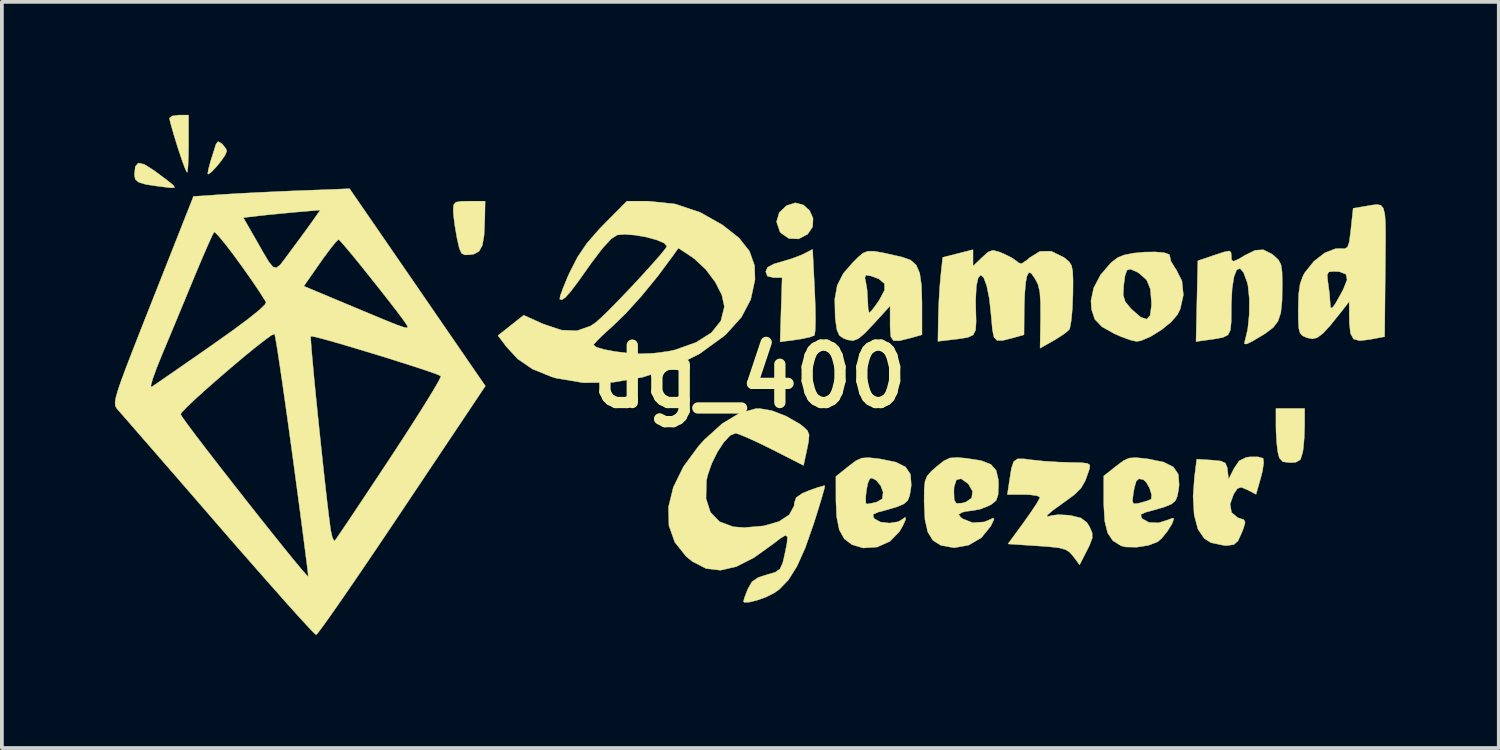
<source format=kicad_pcb>
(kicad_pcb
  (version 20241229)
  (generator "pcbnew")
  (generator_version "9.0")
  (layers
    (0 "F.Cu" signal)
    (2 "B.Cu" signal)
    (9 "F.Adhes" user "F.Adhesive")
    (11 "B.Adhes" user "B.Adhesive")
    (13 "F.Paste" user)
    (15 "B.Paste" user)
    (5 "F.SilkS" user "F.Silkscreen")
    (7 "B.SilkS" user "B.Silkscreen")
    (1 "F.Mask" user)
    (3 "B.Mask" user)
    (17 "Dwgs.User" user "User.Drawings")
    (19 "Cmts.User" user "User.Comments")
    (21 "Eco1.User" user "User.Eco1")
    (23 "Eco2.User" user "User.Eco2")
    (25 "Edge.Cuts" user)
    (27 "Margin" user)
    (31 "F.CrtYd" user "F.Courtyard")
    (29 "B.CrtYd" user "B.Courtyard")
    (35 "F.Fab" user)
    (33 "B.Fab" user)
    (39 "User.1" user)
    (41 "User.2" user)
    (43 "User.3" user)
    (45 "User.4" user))
  (footprint "dg_400"
    (layer "F.Cu")
    (at 16.858 6.948)
    (property "Reference" "dg_400" (at 0 0 0) (layer "F.SilkS") (effects (font (size 1.524 1.524) (thickness 0.3))))
    (attr through_hole)
    (fp_poly (pts (xy 1.422 -4.557) (xy 1.589 -4.406) (xy 1.68 -4.2) (xy 1.668 -3.974) (xy 1.538 -3.781) (xy 1.295 -3.654) (xy 1.038 -3.666) (xy 0.827 -3.811) (xy 0.799 -3.848) (xy 0.71 -4.111) (xy 0.784 -4.357) (xy 0.974 -4.538) (xy 1.208 -4.613) (xy 1.422 -4.557)) (stroke (width 0.01) (type solid)) (fill yes) (layer "F.SilkS"))
    (fp_poly (pts (xy 14.732 1.302) (xy 14.722 1.619) (xy 14.696 1.912) (xy 14.679 2.021) (xy 14.619 2.206) (xy 14.498 2.277) (xy 14.351 2.286) (xy 14.154 2.263) (xy 14.06 2.161) (xy 14.023 2.021) (xy 13.992 1.779) (xy 13.973 1.462) (xy 13.97 1.302) (xy 13.97 0.847) (xy 14.732 0.847) (xy 14.732 1.302)) (stroke (width 0.01) (type solid)) (fill yes) (layer "F.SilkS"))
    (fp_poly (pts (xy -16.081 -5.636) (xy -15.831 -5.48) (xy -15.753 -5.423) (xy -15.463 -5.207) (xy -15.304 -5.078) (xy -15.272 -5.019) (xy -15.366 -5.011) (xy -15.583 -5.037) (xy -15.706 -5.052) (xy -16.034 -5.101) (xy -16.226 -5.158) (xy -16.317 -5.237) (xy -16.339 -5.356) (xy -16.339 -5.357) (xy -16.316 -5.577) (xy -16.236 -5.67) (xy -16.081 -5.636)) (stroke (width 0.01) (type solid)) (fill yes) (layer "F.SilkS"))
    (fp_poly (pts (xy -14.011 -6.18) (xy -13.907 -6.047) (xy -13.889 -5.98) (xy -13.934 -5.874) (xy -14.041 -5.719) (xy -14.174 -5.557) (xy -14.299 -5.427) (xy -14.38 -5.372) (xy -14.393 -5.388) (xy -14.369 -5.524) (xy -14.31 -5.738) (xy -14.301 -5.766) (xy -14.229 -5.993) (xy -14.176 -6.16) (xy -14.173 -6.169) (xy -14.118 -6.241) (xy -14.011 -6.18)) (stroke (width 0.01) (type solid)) (fill yes) (layer "F.SilkS"))
    (fp_poly (pts (xy -14.901 -6.181) (xy -14.905 -5.845) (xy -14.916 -5.585) (xy -14.931 -5.438) (xy -14.94 -5.419) (xy -14.981 -5.493) (xy -15.058 -5.693) (xy -15.155 -5.98) (xy -15.194 -6.1) (xy -15.293 -6.422) (xy -15.368 -6.683) (xy -15.406 -6.84) (xy -15.409 -6.862) (xy -15.336 -6.919) (xy -15.158 -6.943) (xy -15.155 -6.943) (xy -14.901 -6.943) (xy -14.901 -6.181)) (stroke (width 0.01) (type solid)) (fill yes) (layer "F.SilkS"))
    (fp_poly (pts (xy -7.036 -4.17) (xy -7.054 -3.759) (xy -7.1 -3.487) (xy -7.186 -3.328) (xy -7.323 -3.251) (xy -7.42 -3.234) (xy -7.567 -3.229) (xy -7.655 -3.274) (xy -7.714 -3.408) (xy -7.772 -3.669) (xy -7.777 -3.693) (xy -7.831 -4.006) (xy -7.867 -4.288) (xy -7.874 -4.417) (xy -7.864 -4.559) (xy -7.803 -4.63) (xy -7.649 -4.654) (xy -7.451 -4.657) (xy -7.027 -4.657) (xy -7.036 -4.17)) (stroke (width 0.01) (type solid)) (fill yes) (layer "F.SilkS"))
    (fp_poly (pts (xy 1.724 -2.266) (xy 1.74 -1.848) (xy 1.745 -1.492) (xy 1.738 -1.232) (xy 1.72 -1.101) (xy 1.716 -1.093) (xy 1.6 -1.048) (xy 1.377 -1) (xy 1.228 -0.977) (xy 0.804 -0.921) (xy 0.858 -2.625) (xy 0.641 -2.625) (xy 0.47 -2.664) (xy 0.423 -2.784) (xy 0.472 -2.9) (xy 0.639 -2.99) (xy 0.817 -3.042) (xy 1.109 -3.129) (xy 1.371 -3.228) (xy 1.439 -3.26) (xy 1.668 -3.378) (xy 1.724 -2.266)) (stroke (width 0.01) (type solid)) (fill yes) (layer "F.SilkS"))
    (fp_poly (pts (xy 13.494 2.132) (xy 13.626 2.169) (xy 13.631 2.174) (xy 13.645 2.288) (xy 13.613 2.507) (xy 13.568 2.685) (xy 13.442 3.127) (xy 13.213 3.008) (xy 13.047 2.939) (xy 12.946 2.976) (xy 12.846 3.123) (xy 12.753 3.388) (xy 12.791 3.608) (xy 12.953 3.746) (xy 12.998 3.76) (xy 13.117 3.8) (xy 13.152 3.869) (xy 13.112 4.018) (xy 13.061 4.149) (xy 12.963 4.363) (xy 12.853 4.461) (xy 12.672 4.487) (xy 12.607 4.487) (xy 12.245 4.412) (xy 12.065 4.297) (xy 11.898 4.05) (xy 11.798 3.669) (xy 11.77 3.178) (xy 11.807 2.672) (xy 11.867 2.193) (xy 12.262 2.218) (xy 12.505 2.243) (xy 12.626 2.297) (xy 12.675 2.41) (xy 12.685 2.485) (xy 12.713 2.727) (xy 12.855 2.443) (xy 12.994 2.237) (xy 13.179 2.147) (xy 13.282 2.132) (xy 13.494 2.132)) (stroke (width 0.01) (type solid)) (fill yes) (layer "F.SilkS"))
    (fp_poly (pts (xy 13.855 -3.258) (xy 13.916 -3.211) (xy 14.036 -3.1) (xy 14.104 -2.971) (xy 14.133 -2.774) (xy 14.139 -2.46) (xy 14.132 -2.012) (xy 14.099 -1.695) (xy 14.026 -1.472) (xy 13.899 -1.304) (xy 13.704 -1.155) (xy 13.62 -1.102) (xy 13.347 -0.939) (xy 13.192 -0.864) (xy 13.133 -0.871) (xy 13.146 -0.952) (xy 13.152 -0.968) (xy 13.222 -1.263) (xy 13.261 -1.65) (xy 13.264 -2.055) (xy 13.229 -2.404) (xy 13.208 -2.498) (xy 13.109 -2.765) (xy 13.014 -2.873) (xy 12.927 -2.831) (xy 12.856 -2.649) (xy 12.807 -2.338) (xy 12.785 -1.906) (xy 12.785 -1.823) (xy 12.783 -1.462) (xy 12.761 -1.235) (xy 12.696 -1.105) (xy 12.561 -1.038) (xy 12.335 -0.997) (xy 12.211 -0.979) (xy 11.848 -0.929) (xy 11.896 -3.074) (xy 12.34 -3.225) (xy 12.593 -3.308) (xy 12.726 -3.335) (xy 12.776 -3.303) (xy 12.785 -3.212) (xy 12.794 -3.092) (xy 12.848 -3.061) (xy 12.981 -3.121) (xy 13.142 -3.217) (xy 13.418 -3.353) (xy 13.635 -3.367) (xy 13.855 -3.258)) (stroke (width 0.01) (type solid)) (fill yes) (layer "F.SilkS"))
    (fp_poly (pts (xy 7.288 2.186) (xy 7.475 2.211) (xy 7.806 2.246) (xy 8.205 2.271) (xy 8.494 2.28) (xy 8.797 2.286) (xy 8.964 2.305) (xy 9.029 2.35) (xy 9.024 2.432) (xy 9.011 2.477) (xy 8.91 2.763) (xy 8.793 2.965) (xy 8.615 3.14) (xy 8.35 3.334) (xy 8.058 3.543) (xy 7.904 3.674) (xy 7.89 3.723) (xy 8.016 3.689) (xy 8.185 3.667) (xy 8.436 3.679) (xy 8.527 3.69) (xy 8.791 3.755) (xy 8.95 3.875) (xy 9.022 3.989) (xy 9.09 4.148) (xy 9.093 4.288) (xy 9.023 4.475) (xy 8.953 4.616) (xy 8.757 5) (xy 8.588 4.773) (xy 8.494 4.665) (xy 8.382 4.594) (xy 8.213 4.549) (xy 7.945 4.518) (xy 7.636 4.496) (xy 6.854 4.445) (xy 7.28 3.863) (xy 7.473 3.589) (xy 7.621 3.366) (xy 7.698 3.228) (xy 7.705 3.206) (xy 7.628 3.165) (xy 7.433 3.138) (xy 7.272 3.133) (xy 6.839 3.133) (xy 6.898 2.741) (xy 6.948 2.431) (xy 7.007 2.257) (xy 7.109 2.185) (xy 7.288 2.186)) (stroke (width 0.01) (type solid)) (fill yes) (layer "F.SilkS"))
    (fp_poly (pts (xy 11.001 -3.289) (xy 11.137 -3.242) (xy 11.153 -3.196) (xy 11.179 -3.067) (xy 11.289 -2.885) (xy 11.316 -2.851) (xy 11.474 -2.539) (xy 11.512 -2.165) (xy 11.428 -1.79) (xy 11.355 -1.643) (xy 11.182 -1.444) (xy 10.927 -1.238) (xy 10.643 -1.062) (xy 10.387 -0.952) (xy 10.272 -0.932) (xy 10.112 -0.967) (xy 9.866 -1.056) (xy 9.68 -1.137) (xy 9.351 -1.321) (xy 9.159 -1.522) (xy 9.073 -1.784) (xy 9.059 -2.014) (xy 9.091 -2.165) (xy 9.915 -2.165) (xy 9.967 -1.99) (xy 10.113 -1.812) (xy 10.143 -1.782) (xy 10.378 -1.578) (xy 10.537 -1.523) (xy 10.629 -1.621) (xy 10.664 -1.875) (xy 10.665 -1.968) (xy 10.636 -2.324) (xy 10.536 -2.565) (xy 10.342 -2.739) (xy 10.259 -2.787) (xy 10.107 -2.852) (xy 10.017 -2.826) (xy 9.964 -2.683) (xy 9.928 -2.421) (xy 9.915 -2.165) (xy 9.091 -2.165) (xy 9.13 -2.351) (xy 9.317 -2.705) (xy 9.587 -3.018) (xy 9.764 -3.157) (xy 9.941 -3.228) (xy 10.197 -3.278) (xy 10.487 -3.305) (xy 10.77 -3.309) (xy 11.001 -3.289)) (stroke (width 0.01) (type solid)) (fill yes) (layer "F.SilkS"))
    (fp_poly (pts (xy 3.535 -3.287) (xy 3.892 -3.207) (xy 4.045 -3.172) (xy 4.267 -3.094) (xy 4.419 -2.961) (xy 4.512 -2.745) (xy 4.559 -2.417) (xy 4.572 -1.951) (xy 4.572 -1.109) (xy 4.255 -1.02) (xy 3.971 -0.95) (xy 3.812 -0.955) (xy 3.743 -1.062) (xy 3.726 -1.298) (xy 3.725 -1.404) (xy 3.725 -1.876) (xy 3.294 -1.404) (xy 3.053 -1.149) (xy 2.883 -1.006) (xy 2.744 -0.953) (xy 2.598 -0.974) (xy 2.488 -1.015) (xy 2.379 -1.09) (xy 2.314 -1.236) (xy 2.275 -1.498) (xy 2.267 -1.577) (xy 2.256 -2.053) (xy 2.322 -2.423) (xy 2.423 -2.62) (xy 3.056 -2.62) (xy 3.077 -2.528) (xy 3.114 -2.306) (xy 3.131 -2.033) (xy 3.132 -2.011) (xy 3.142 -1.807) (xy 3.166 -1.698) (xy 3.174 -1.693) (xy 3.24 -1.758) (xy 3.363 -1.921) (xy 3.442 -2.036) (xy 3.578 -2.293) (xy 3.575 -2.469) (xy 3.423 -2.595) (xy 3.226 -2.668) (xy 3.082 -2.694) (xy 3.056 -2.62) (xy 2.423 -2.62) (xy 2.482 -2.737) (xy 2.725 -3.017) (xy 2.883 -3.175) (xy 3.006 -3.277) (xy 3.13 -3.327) (xy 3.294 -3.329) (xy 3.535 -3.287)) (stroke (width 0.01) (type solid)) (fill yes) (layer "F.SilkS"))
    (fp_poly (pts (xy 3.423 2.182) (xy 3.471 2.189) (xy 3.878 2.272) (xy 4.137 2.402) (xy 4.267 2.598) (xy 4.287 2.878) (xy 4.275 2.983) (xy 4.243 3.167) (xy 4.192 3.292) (xy 4.091 3.382) (xy 3.906 3.46) (xy 3.607 3.548) (xy 3.403 3.602) (xy 3.272 3.661) (xy 3.287 3.748) (xy 3.308 3.775) (xy 3.472 3.864) (xy 3.711 3.891) (xy 3.94 3.855) (xy 4.047 3.793) (xy 4.133 3.733) (xy 4.137 3.796) (xy 4.064 3.96) (xy 3.974 4.115) (xy 3.721 4.376) (xy 3.381 4.527) (xy 3.01 4.552) (xy 2.711 4.463) (xy 2.508 4.308) (xy 2.376 4.071) (xy 2.306 3.722) (xy 2.287 3.295) (xy 2.287 3.211) (xy 3.076 3.211) (xy 3.081 3.354) (xy 3.102 3.386) (xy 3.235 3.364) (xy 3.37 3.332) (xy 3.517 3.247) (xy 3.54 3.073) (xy 3.539 3.067) (xy 3.477 2.899) (xy 3.361 2.758) (xy 3.241 2.694) (xy 3.187 2.712) (xy 3.137 2.824) (xy 3.098 3.013) (xy 3.076 3.211) (xy 2.287 3.211) (xy 2.286 2.653) (xy 2.619 2.385) (xy 2.812 2.239) (xy 2.967 2.166) (xy 3.149 2.152) (xy 3.423 2.182)) (stroke (width 0.01) (type solid)) (fill yes) (layer "F.SilkS"))
    (fp_poly (pts (xy 5.749 2.17) (xy 6.145 2.232) (xy 6.401 2.332) (xy 6.542 2.492) (xy 6.599 2.736) (xy 6.604 2.878) (xy 6.593 3.138) (xy 6.543 3.288) (xy 6.426 3.388) (xy 6.354 3.427) (xy 6.128 3.518) (xy 5.938 3.556) (xy 5.723 3.583) (xy 5.635 3.608) (xy 5.547 3.66) (xy 5.595 3.732) (xy 5.649 3.775) (xy 5.916 3.881) (xy 6.223 3.86) (xy 6.361 3.804) (xy 6.469 3.754) (xy 6.484 3.789) (xy 6.413 3.94) (xy 6.396 3.973) (xy 6.149 4.279) (xy 5.81 4.477) (xy 5.425 4.546) (xy 5.072 4.482) (xy 4.863 4.35) (xy 4.726 4.13) (xy 4.651 3.797) (xy 4.628 3.329) (xy 4.631 3.048) (xy 5.419 3.048) (xy 5.428 3.275) (xy 5.483 3.367) (xy 5.623 3.362) (xy 5.736 3.333) (xy 5.891 3.225) (xy 5.916 3.05) (xy 5.805 2.854) (xy 5.794 2.842) (xy 5.611 2.713) (xy 5.487 2.742) (xy 5.425 2.926) (xy 5.419 3.048) (xy 4.631 3.048) (xy 4.631 2.998) (xy 4.652 2.786) (xy 4.708 2.643) (xy 4.817 2.517) (xy 4.952 2.398) (xy 5.151 2.238) (xy 5.314 2.162) (xy 5.513 2.149) (xy 5.749 2.17)) (stroke (width 0.01) (type solid)) (fill yes) (layer "F.SilkS"))
    (fp_poly (pts (xy 10.534 2.182) (xy 10.58 2.188) (xy 10.987 2.271) (xy 11.247 2.401) (xy 11.378 2.595) (xy 11.4 2.874) (xy 11.387 2.983) (xy 11.355 3.167) (xy 11.304 3.292) (xy 11.203 3.382) (xy 11.018 3.46) (xy 10.719 3.548) (xy 10.515 3.602) (xy 10.384 3.661) (xy 10.399 3.748) (xy 10.42 3.775) (xy 10.6 3.874) (xy 10.853 3.884) (xy 11.097 3.807) (xy 11.225 3.759) (xy 11.261 3.773) (xy 11.209 3.915) (xy 11.085 4.112) (xy 10.936 4.295) (xy 10.831 4.387) (xy 10.585 4.482) (xy 10.273 4.531) (xy 9.98 4.525) (xy 9.852 4.492) (xy 9.64 4.358) (xy 9.501 4.152) (xy 9.425 3.843) (xy 9.398 3.403) (xy 9.398 3.333) (xy 9.398 3.298) (xy 10.159 3.298) (xy 10.189 3.377) (xy 10.308 3.368) (xy 10.38 3.35) (xy 10.564 3.296) (xy 10.657 3.257) (xy 10.67 3.143) (xy 10.617 2.967) (xy 10.526 2.805) (xy 10.45 2.738) (xy 10.332 2.714) (xy 10.26 2.778) (xy 10.208 2.964) (xy 10.186 3.092) (xy 10.159 3.298) (xy 9.398 3.298) (xy 9.398 2.639) (xy 9.728 2.378) (xy 9.919 2.235) (xy 10.074 2.165) (xy 10.257 2.152) (xy 10.534 2.182)) (stroke (width 0.01) (type solid)) (fill yes) (layer "F.SilkS"))
    (fp_poly (pts (xy 16.756 -4.547) (xy 16.822 -4.468) (xy 16.861 -4.311) (xy 16.879 -4.057) (xy 16.882 -3.686) (xy 16.877 -3.176) (xy 16.873 -2.815) (xy 16.856 -1.058) (xy 16.462 -0.984) (xy 16.195 -0.951) (xy 16.033 -0.996) (xy 15.949 -1.144) (xy 15.92 -1.423) (xy 15.918 -1.566) (xy 15.915 -1.99) (xy 15.684 -1.694) (xy 15.416 -1.361) (xy 15.22 -1.147) (xy 15.07 -1.034) (xy 14.939 -1) (xy 14.803 -1.028) (xy 14.796 -1.031) (xy 14.68 -1.08) (xy 14.611 -1.151) (xy 14.576 -1.283) (xy 14.564 -1.514) (xy 14.563 -1.796) (xy 14.573 -2.185) (xy 14.611 -2.458) (xy 14.685 -2.666) (xy 14.703 -2.7) (xy 15.331 -2.7) (xy 15.35 -2.51) (xy 15.355 -2.477) (xy 15.391 -2.203) (xy 15.409 -1.964) (xy 15.41 -1.947) (xy 15.421 -1.832) (xy 15.461 -1.821) (xy 15.543 -1.928) (xy 15.679 -2.168) (xy 15.759 -2.319) (xy 15.859 -2.568) (xy 15.83 -2.716) (xy 15.661 -2.783) (xy 15.504 -2.793) (xy 15.375 -2.778) (xy 15.331 -2.7) (xy 14.703 -2.7) (xy 14.738 -2.761) (xy 14.98 -3.063) (xy 15.266 -3.284) (xy 15.551 -3.395) (xy 15.674 -3.399) (xy 15.798 -3.395) (xy 15.872 -3.44) (xy 15.916 -3.57) (xy 15.95 -3.822) (xy 15.961 -3.922) (xy 16.02 -4.468) (xy 16.328 -4.519) (xy 16.515 -4.552) (xy 16.656 -4.568) (xy 16.756 -4.547)) (stroke (width 0.01) (type solid)) (fill yes) (layer "F.SilkS"))
    (fp_poly (pts (xy 5.927 -2.932) (xy 6.17 -3.165) (xy 6.332 -3.309) (xy 6.457 -3.353) (xy 6.621 -3.31) (xy 6.739 -3.262) (xy 6.958 -3.153) (xy 7.106 -3.049) (xy 7.126 -3.025) (xy 7.213 -2.996) (xy 7.371 -3.101) (xy 7.431 -3.156) (xy 7.704 -3.325) (xy 8.004 -3.328) (xy 8.334 -3.167) (xy 8.385 -3.13) (xy 8.481 -3.046) (xy 8.542 -2.949) (xy 8.573 -2.799) (xy 8.583 -2.559) (xy 8.58 -2.191) (xy 8.579 -2.159) (xy 8.564 -1.796) (xy 8.536 -1.493) (xy 8.5 -1.292) (xy 8.478 -1.242) (xy 8.355 -1.138) (xy 8.145 -1.001) (xy 8.049 -0.945) (xy 7.707 -0.752) (xy 7.72 -1.555) (xy 7.719 -1.964) (xy 7.7 -2.246) (xy 7.654 -2.442) (xy 7.578 -2.593) (xy 7.578 -2.594) (xy 7.47 -2.745) (xy 7.41 -2.764) (xy 7.358 -2.664) (xy 7.327 -2.503) (xy 7.302 -2.227) (xy 7.288 -1.887) (xy 7.287 -1.803) (xy 7.281 -1.109) (xy 6.964 -1.02) (xy 6.719 -0.958) (xy 6.568 -0.957) (xy 6.484 -1.044) (xy 6.441 -1.245) (xy 6.412 -1.587) (xy 6.361 -2.063) (xy 6.291 -2.409) (xy 6.212 -2.622) (xy 6.133 -2.696) (xy 6.065 -2.625) (xy 6.016 -2.403) (xy 5.997 -2.025) (xy 6 -1.82) (xy 6.01 -1.459) (xy 5.995 -1.232) (xy 5.929 -1.103) (xy 5.787 -1.038) (xy 5.543 -1) (xy 5.397 -0.982) (xy 4.995 -0.935) (xy 5.005 -1.547) (xy 5.018 -1.949) (xy 5.043 -2.372) (xy 5.068 -2.662) (xy 5.122 -3.165) (xy 5.927 -3.369) (xy 5.927 -2.932)) (stroke (width 0.01) (type solid)) (fill yes) (layer "F.SilkS"))
    (fp_poly (pts (xy 0.586 0.905) (xy 0.963 1.05) (xy 1.32 1.255) (xy 1.421 1.331) (xy 1.532 1.435) (xy 1.575 1.549) (xy 1.56 1.729) (xy 1.521 1.924) (xy 1.427 2.361) (xy 0.608 1.943) (xy 0.256 1.77) (xy -0.054 1.627) (xy -0.283 1.533) (xy -0.378 1.504) (xy -0.519 1.562) (xy -0.688 1.742) (xy -0.861 2.006) (xy -1.013 2.314) (xy -1.121 2.628) (xy -1.15 2.769) (xy -1.162 3.239) (xy -1.045 3.602) (xy -0.803 3.853) (xy -0.441 3.988) (xy -0.141 4.01) (xy 0.376 3.964) (xy 0.777 3.848) (xy 1.049 3.668) (xy 1.177 3.433) (xy 1.185 3.346) (xy 1.231 3.215) (xy 1.391 3.102) (xy 1.58 3.023) (xy 1.809 2.943) (xy 1.961 2.901) (xy 1.994 2.899) (xy 1.977 2.983) (xy 1.917 3.197) (xy 1.823 3.508) (xy 1.704 3.886) (xy 1.693 3.919) (xy 1.471 4.552) (xy 1.253 5.038) (xy 1.028 5.397) (xy 0.783 5.651) (xy 0.644 5.749) (xy 0.435 5.853) (xy 0.2 5.938) (xy -0.01 5.99) (xy -0.145 5.996) (xy -0.169 5.973) (xy -0.14 5.867) (xy -0.066 5.675) (xy -0.052 5.64) (xy 0.059 5.448) (xy 0.227 5.333) (xy 0.449 5.262) (xy 0.676 5.196) (xy 0.802 5.109) (xy 0.874 4.95) (xy 0.924 4.738) (xy 0.988 4.421) (xy 0.999 4.252) (xy 0.945 4.216) (xy 0.812 4.295) (xy 0.656 4.417) (xy 0.117 4.805) (xy -0.356 5.046) (xy -0.777 5.143) (xy -1.162 5.097) (xy -1.524 4.911) (xy -1.691 4.776) (xy -1.991 4.399) (xy -2.147 3.957) (xy -2.159 3.464) (xy -2.03 2.938) (xy -1.763 2.394) (xy -1.361 1.848) (xy -1.207 1.678) (xy -0.734 1.251) (xy -0.277 0.974) (xy 0.153 0.853) (xy 0.26 0.849) (xy 0.586 0.905)) (stroke (width 0.01) (type solid)) (fill yes) (layer "F.SilkS"))
    (fp_poly (pts (xy -1.992 -4.584) (xy -1.319 -4.361) (xy -0.721 -4.023) (xy -0.286 -3.68) (xy -0.008 -3.328) (xy 0.127 -2.947) (xy 0.138 -2.572) (xy 0.025 -2.045) (xy -0.223 -1.575) (xy -0.623 -1.131) (xy -0.69 -1.071) (xy -1.334 -0.604) (xy -2.062 -0.238) (xy -2.841 0.017) (xy -3.637 0.154) (xy -4.417 0.165) (xy -5.146 0.042) (xy -5.262 0.007) (xy -5.772 -0.2) (xy -6.165 -0.469) (xy -6.464 -0.795) (xy -6.498 -0.84) (xy -4.149 -0.84) (xy -4.071 -0.78) (xy -3.867 -0.719) (xy -3.577 -0.664) (xy -3.245 -0.623) (xy -2.921 -0.604) (xy -2.551 -0.619) (xy -2.169 -0.669) (xy -1.99 -0.707) (xy -1.427 -0.907) (xy -1.019 -1.164) (xy -0.769 -1.476) (xy -0.678 -1.842) (xy -0.677 -1.868) (xy -0.743 -2.169) (xy -0.919 -2.512) (xy -1.171 -2.847) (xy -1.468 -3.124) (xy -1.543 -3.178) (xy -1.896 -3.411) (xy -2.028 -3.225) (xy -2.441 -2.668) (xy -2.875 -2.138) (xy -3.294 -1.675) (xy -3.631 -1.349) (xy -3.871 -1.132) (xy -4.051 -0.957) (xy -4.143 -0.853) (xy -4.149 -0.84) (xy -6.498 -0.84) (xy -6.687 -1.088) (xy -6.346 -1.358) (xy -6.004 -1.629) (xy -5.489 -1.397) (xy -5.005 -1.234) (xy -4.59 -1.216) (xy -4.227 -1.343) (xy -4.088 -1.438) (xy -3.935 -1.574) (xy -3.712 -1.792) (xy -3.443 -2.067) (xy -3.151 -2.373) (xy -2.862 -2.684) (xy -2.598 -2.975) (xy -2.384 -3.219) (xy -2.244 -3.391) (xy -2.201 -3.462) (xy -2.278 -3.545) (xy -2.476 -3.629) (xy -2.748 -3.703) (xy -3.047 -3.755) (xy -3.325 -3.776) (xy -3.522 -3.758) (xy -3.684 -3.652) (xy -3.915 -3.4) (xy -4.211 -3.01) (xy -4.277 -2.916) (xy -4.554 -2.525) (xy -4.754 -2.26) (xy -4.893 -2.104) (xy -4.984 -2.04) (xy -5.044 -2.052) (xy -5.046 -2.055) (xy -5.032 -2.144) (xy -4.958 -2.349) (xy -4.841 -2.632) (xy -4.783 -2.762) (xy -4.572 -3.175) (xy -4.328 -3.535) (xy -4.006 -3.905) (xy -3.872 -4.043) (xy -3.264 -4.657) (xy -2.7 -4.657) (xy -1.992 -4.584)) (stroke (width 0.01) (type solid)) (fill yes) (layer "F.SilkS"))
    (fp_poly (pts (xy -8.823 -2.369) (xy -7.021 0.251) (xy -9.23 3.554) (xy -9.678 4.222) (xy -10.098 4.844) (xy -10.482 5.408) (xy -10.82 5.899) (xy -11.101 6.303) (xy -11.318 6.607) (xy -11.459 6.796) (xy -11.515 6.858) (xy -11.584 6.796) (xy -11.752 6.618) (xy -12.009 6.338) (xy -12.341 5.968) (xy -12.738 5.52) (xy -13.189 5.008) (xy -13.682 4.445) (xy -14.105 3.958) (xy -14.628 3.355) (xy -15.121 2.786) (xy -15.573 2.266) (xy -15.971 1.808) (xy -16.303 1.427) (xy -16.557 1.134) (xy -16.673 1.002) (xy -15.113 1.002) (xy -15.063 1.084) (xy -14.924 1.277) (xy -14.711 1.562) (xy -14.437 1.92) (xy -14.12 2.331) (xy -13.772 2.777) (xy -13.41 3.239) (xy -13.049 3.697) (xy -12.702 4.133) (xy -12.386 4.527) (xy -12.115 4.861) (xy -11.904 5.115) (xy -11.768 5.271) (xy -11.723 5.312) (xy -11.73 5.227) (xy -11.758 4.992) (xy -11.805 4.626) (xy -11.867 4.147) (xy -11.942 3.574) (xy -12.029 2.925) (xy -12.124 2.219) (xy -12.14 2.102) (xy -12.238 1.387) (xy -12.331 0.725) (xy -12.415 0.135) (xy -12.489 -0.363) (xy -12.549 -0.753) (xy -12.593 -1.015) (xy -12.605 -1.072) (xy -11.657 -1.072) (xy -11.656 -0.983) (xy -11.64 -0.751) (xy -11.609 -0.4) (xy -11.568 0.045) (xy -11.518 0.559) (xy -11.461 1.116) (xy -11.401 1.694) (xy -11.34 2.265) (xy -11.281 2.807) (xy -11.226 3.293) (xy -11.177 3.699) (xy -11.138 4.001) (xy -11.125 4.091) (xy -11.081 4.282) (xy -11.033 4.364) (xy -11.019 4.36) (xy -10.961 4.278) (xy -10.821 4.073) (xy -10.611 3.762) (xy -10.345 3.363) (xy -10.033 2.894) (xy -9.687 2.372) (xy -9.556 2.174) (xy -9.206 1.64) (xy -8.891 1.15) (xy -8.622 0.724) (xy -8.411 0.379) (xy -8.267 0.133) (xy -8.203 0.003) (xy -8.202 -0.012) (xy -8.299 -0.057) (xy -8.526 -0.138) (xy -8.855 -0.248) (xy -9.256 -0.376) (xy -9.7 -0.516) (xy -10.159 -0.656) (xy -10.603 -0.79) (xy -11.004 -0.907) (xy -11.332 -0.999) (xy -11.559 -1.057) (xy -11.656 -1.072) (xy -11.657 -1.072) (xy -12.605 -1.072) (xy -12.617 -1.13) (xy -12.619 -1.133) (xy -12.697 -1.099) (xy -12.876 -0.97) (xy -13.133 -0.769) (xy -13.443 -0.516) (xy -13.782 -0.23) (xy -14.128 0.067) (xy -14.455 0.355) (xy -14.74 0.613) (xy -14.959 0.822) (xy -15.089 0.96) (xy -15.113 1.002) (xy -16.673 1.002) (xy -16.722 0.946) (xy -16.78 0.88) (xy -16.821 0.829) (xy -16.847 0.771) (xy -16.853 0.688) (xy -16.834 0.565) (xy -16.784 0.385) (xy -16.732 0.232) (xy -15.901 0.232) (xy -15.893 0.281) (xy -15.892 0.281) (xy -15.795 0.216) (xy -15.581 0.069) (xy -15.271 -0.145) (xy -14.889 -0.41) (xy -14.454 -0.712) (xy -14.287 -0.829) (xy -13.742 -1.215) (xy -13.321 -1.527) (xy -13.028 -1.762) (xy -12.87 -1.915) (xy -12.843 -1.975) (xy -13.029 -2.268) (xy -13.119 -2.401) (xy -11.841 -2.401) (xy -10.514 -1.845) (xy -9.997 -1.629) (xy -9.618 -1.472) (xy -9.356 -1.368) (xy -9.192 -1.311) (xy -9.107 -1.294) (xy -9.083 -1.31) (xy -9.098 -1.353) (xy -9.111 -1.376) (xy -9.202 -1.508) (xy -9.369 -1.732) (xy -9.592 -2.02) (xy -9.848 -2.346) (xy -10.117 -2.684) (xy -10.377 -3.008) (xy -10.608 -3.29) (xy -10.789 -3.504) (xy -10.898 -3.624) (xy -10.919 -3.641) (xy -10.989 -3.576) (xy -11.13 -3.402) (xy -11.316 -3.152) (xy -11.408 -3.021) (xy -11.841 -2.401) (xy -13.119 -2.401) (xy -13.252 -2.597) (xy -13.491 -2.935) (xy -13.725 -3.255) (xy -13.936 -3.529) (xy -14.102 -3.731) (xy -14.203 -3.832) (xy -14.223 -3.838) (xy -14.276 -3.738) (xy -14.379 -3.511) (xy -14.52 -3.187) (xy -14.686 -2.796) (xy -14.757 -2.625) (xy -14.969 -2.112) (xy -15.199 -1.557) (xy -15.421 -1.023) (xy -15.607 -0.579) (xy -15.611 -0.569) (xy -15.751 -0.221) (xy -15.851 0.055) (xy -15.901 0.232) (xy -16.732 0.232) (xy -16.698 0.131) (xy -16.571 -0.212) (xy -16.398 -0.661) (xy -16.174 -1.234) (xy -15.893 -1.945) (xy -15.855 -2.041) (xy -14.994 -4.219) (xy -13.448 -4.219) (xy -13.148 -3.697) (xy -12.926 -3.307) (xy -12.772 -3.049) (xy -12.661 -2.913) (xy -12.567 -2.889) (xy -12.467 -2.967) (xy -12.336 -3.138) (xy -12.204 -3.318) (xy -11.98 -3.619) (xy -11.768 -3.908) (xy -11.611 -4.126) (xy -11.604 -4.137) (xy -11.404 -4.422) (xy -12.031 -4.367) (xy -12.409 -4.332) (xy -12.783 -4.295) (xy -13.053 -4.266) (xy -13.448 -4.219) (xy -14.994 -4.219) (xy -14.771 -4.784) (xy -13.968 -4.837) (xy -13.576 -4.861) (xy -13.075 -4.887) (xy -12.524 -4.913) (xy -11.984 -4.936) (xy -11.896 -4.939) (xy -10.626 -4.988) (xy -8.823 -2.369)) (stroke (width 0.01) (type solid)) (fill yes) (layer "F.SilkS")))
  (gr_rect
    (start -3 -3)
    (end 36.745 16.811)
    (stroke (width 0.1) (type default))
    (fill no)
    (layer "Edge.Cuts")))
</source>
